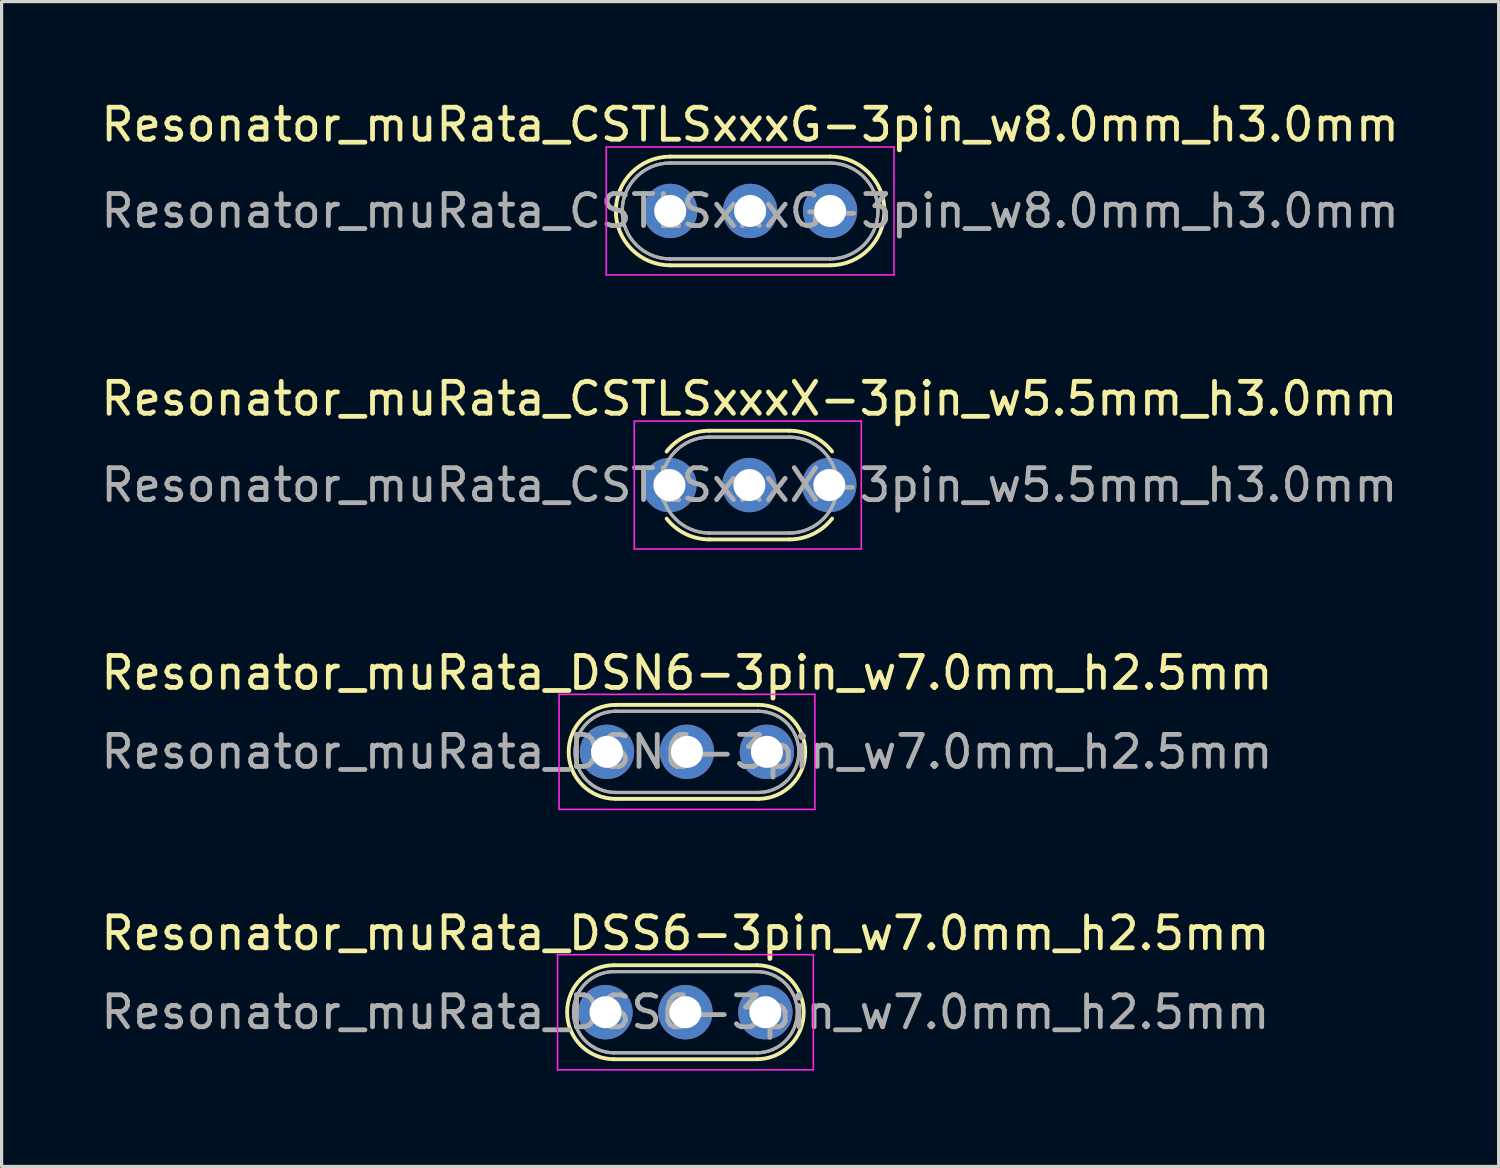
<source format=kicad_pcb>
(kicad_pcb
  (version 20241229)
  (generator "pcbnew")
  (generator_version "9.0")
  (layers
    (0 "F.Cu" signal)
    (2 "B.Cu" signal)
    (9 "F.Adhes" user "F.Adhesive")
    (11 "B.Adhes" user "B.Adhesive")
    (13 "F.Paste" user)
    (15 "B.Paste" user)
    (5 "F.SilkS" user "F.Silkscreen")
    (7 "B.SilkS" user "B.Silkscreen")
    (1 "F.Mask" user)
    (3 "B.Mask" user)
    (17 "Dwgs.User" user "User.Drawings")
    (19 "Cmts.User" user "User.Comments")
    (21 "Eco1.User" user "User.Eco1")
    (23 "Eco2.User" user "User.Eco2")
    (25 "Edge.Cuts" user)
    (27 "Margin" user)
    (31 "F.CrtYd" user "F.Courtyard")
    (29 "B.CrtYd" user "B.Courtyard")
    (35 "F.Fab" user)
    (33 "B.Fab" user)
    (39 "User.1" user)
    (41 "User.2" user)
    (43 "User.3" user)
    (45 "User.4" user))
  (footprint "Resonator_muRata_CSTLSxxxG-3pin_w8.0mm_h3.0mm"
    (layer "F.Cu")
    (at 17.911 3.548)
    (property "Reference" "Resonator_muRata_CSTLSxxxG-3pin_w8.0mm_h3.0mm" (at 2.5 -2.7 0) (layer "F.SilkS") (effects (font (size 1 1) (thickness 0.15))))
    (attr through_hole)
    (fp_line (start 0 -1.7) (end 5 -1.7) (stroke (width 0.12) (type solid)) (layer "F.SilkS"))
    (fp_line (start 0 1.7) (end 5 1.7) (stroke (width 0.12) (type solid)) (layer "F.SilkS"))
    (fp_arc (start 0 1.7) (mid -1.7 0) (end 0 -1.7) (stroke (width 0.12) (type solid)) (layer "F.SilkS"))
    (fp_arc (start 5 -1.7) (mid 6.7 0) (end 5 1.7) (stroke (width 0.12) (type solid)) (layer "F.SilkS"))
    (fp_line (start -2 -2) (end -2 2) (stroke (width 0.05) (type solid)) (layer "F.CrtYd"))
    (fp_line (start -2 2) (end 7 2) (stroke (width 0.05) (type solid)) (layer "F.CrtYd"))
    (fp_line (start 7 -2) (end -2 -2) (stroke (width 0.05) (type solid)) (layer "F.CrtYd"))
    (fp_line (start 7 2) (end 7 -2) (stroke (width 0.05) (type solid)) (layer "F.CrtYd"))
    (fp_line (start 0 -1.5) (end 5 -1.5) (stroke (width 0.1) (type solid)) (layer "F.Fab"))
    (fp_line (start 0 -1.5) (end 5 -1.5) (stroke (width 0.1) (type solid)) (layer "F.Fab"))
    (fp_line (start 0 1.5) (end 5 1.5) (stroke (width 0.1) (type solid)) (layer "F.Fab"))
    (fp_line (start 0 1.5) (end 5 1.5) (stroke (width 0.1) (type solid)) (layer "F.Fab"))
    (fp_arc (start 0 1.5) (mid -1.5 0) (end 0 -1.5) (stroke (width 0.1) (type solid)) (layer "F.Fab"))
    (fp_arc (start 0 1.5) (mid -1.5 0) (end 0 -1.5) (stroke (width 0.1) (type solid)) (layer "F.Fab"))
    (fp_arc (start 5 -1.5) (mid 6.5 0) (end 5 1.5) (stroke (width 0.1) (type solid)) (layer "F.Fab"))
    (fp_arc (start 5 -1.5) (mid 6.5 0) (end 5 1.5) (stroke (width 0.1) (type solid)) (layer "F.Fab"))
    (fp_text user "${REFERENCE}" (at 2.5 0 0) (layer "F.Fab") (effects (font (size 1 1) (thickness 0.15))))
    (pad "1" thru_hole circle (at 0 0) (size 1.7 1.7) (drill 1) (layers "*.Cu" "*.Mask"))
    (pad "2" thru_hole circle (at 2.5 0) (size 1.7 1.7) (drill 1) (layers "*.Cu" "*.Mask"))
    (pad "3" thru_hole circle (at 5 0) (size 1.7 1.7) (drill 1) (layers "*.Cu" "*.Mask")))
  (footprint "Resonator_muRata_DSS6-3pin_w7.0mm_h2.5mm"
    (layer "F.Cu")
    (at 15.887 28.608)
    (property "Reference" "Resonator_muRata_DSS6-3pin_w7.0mm_h2.5mm" (at 2.5 -2.47 0) (layer "F.SilkS") (effects (font (size 1 1) (thickness 0.15))))
    (attr through_hole)
    (fp_line (start 0.27 -1.47) (end 4.73 -1.47) (stroke (width 0.12) (type solid)) (layer "F.SilkS"))
    (fp_line (start 0.27 1.47) (end 4.73 1.47) (stroke (width 0.12) (type solid)) (layer "F.SilkS"))
    (fp_arc (start 0.27 1.47) (mid -1.2 0) (end 0.27 -1.47) (stroke (width 0.12) (type solid)) (layer "F.SilkS"))
    (fp_arc (start 4.73 -1.47) (mid 6.2 0) (end 4.73 1.47) (stroke (width 0.12) (type solid)) (layer "F.SilkS"))
    (fp_line (start -1.5 -1.8) (end -1.5 1.8) (stroke (width 0.05) (type solid)) (layer "F.CrtYd"))
    (fp_line (start -1.5 1.8) (end 6.5 1.8) (stroke (width 0.05) (type solid)) (layer "F.CrtYd"))
    (fp_line (start 6.5 -1.8) (end -1.5 -1.8) (stroke (width 0.05) (type solid)) (layer "F.CrtYd"))
    (fp_line (start 6.5 1.8) (end 6.5 -1.8) (stroke (width 0.05) (type solid)) (layer "F.CrtYd"))
    (fp_line (start 0.27 -1.27) (end 4.73 -1.27) (stroke (width 0.1) (type solid)) (layer "F.Fab"))
    (fp_line (start 0.27 -1.27) (end 4.73 -1.27) (stroke (width 0.1) (type solid)) (layer "F.Fab"))
    (fp_line (start 0.27 1.27) (end 4.73 1.27) (stroke (width 0.1) (type solid)) (layer "F.Fab"))
    (fp_line (start 0.27 1.27) (end 4.73 1.27) (stroke (width 0.1) (type solid)) (layer "F.Fab"))
    (fp_arc (start 0.27 1.27) (mid -1 0) (end 0.27 -1.27) (stroke (width 0.1) (type solid)) (layer "F.Fab"))
    (fp_arc (start 0.27 1.27) (mid -1 0) (end 0.27 -1.27) (stroke (width 0.1) (type solid)) (layer "F.Fab"))
    (fp_arc (start 4.73 -1.27) (mid 6 0) (end 4.73 1.27) (stroke (width 0.1) (type solid)) (layer "F.Fab"))
    (fp_arc (start 4.73 -1.27) (mid 6 0) (end 4.73 1.27) (stroke (width 0.1) (type solid)) (layer "F.Fab"))
    (fp_text user "${REFERENCE}" (at 2.5 0 0) (layer "F.Fab") (effects (font (size 1 1) (thickness 0.15))))
    (pad "1" thru_hole circle (at 0 0) (size 1.7 1.7) (drill 1) (layers "*.Cu" "*.Mask"))
    (pad "2" thru_hole circle (at 2.5 0) (size 1.7 1.7) (drill 1) (layers "*.Cu" "*.Mask"))
    (pad "3" thru_hole circle (at 5 0) (size 1.7 1.7) (drill 1) (layers "*.Cu" "*.Mask")))
  (footprint "Resonator_muRata_DSN6-3pin_w7.0mm_h2.5mm"
    (layer "F.Cu")
    (at 15.935 20.465)
    (property "Reference" "Resonator_muRata_DSN6-3pin_w7.0mm_h2.5mm" (at 2.5 -2.47 0) (layer "F.SilkS") (effects (font (size 1 1) (thickness 0.15))))
    (attr through_hole)
    (fp_line (start 0.27 -1.47) (end 4.73 -1.47) (stroke (width 0.12) (type solid)) (layer "F.SilkS"))
    (fp_line (start 0.27 1.47) (end 4.73 1.47) (stroke (width 0.12) (type solid)) (layer "F.SilkS"))
    (fp_arc (start 0.27 1.47) (mid -1.2 0) (end 0.27 -1.47) (stroke (width 0.12) (type solid)) (layer "F.SilkS"))
    (fp_arc (start 4.73 -1.47) (mid 6.2 0) (end 4.73 1.47) (stroke (width 0.12) (type solid)) (layer "F.SilkS"))
    (fp_line (start -1.5 -1.8) (end -1.5 1.8) (stroke (width 0.05) (type solid)) (layer "F.CrtYd"))
    (fp_line (start -1.5 1.8) (end 6.5 1.8) (stroke (width 0.05) (type solid)) (layer "F.CrtYd"))
    (fp_line (start 6.5 -1.8) (end -1.5 -1.8) (stroke (width 0.05) (type solid)) (layer "F.CrtYd"))
    (fp_line (start 6.5 1.8) (end 6.5 -1.8) (stroke (width 0.05) (type solid)) (layer "F.CrtYd"))
    (fp_line (start 0.27 -1.27) (end 4.73 -1.27) (stroke (width 0.1) (type solid)) (layer "F.Fab"))
    (fp_line (start 0.27 -1.27) (end 4.73 -1.27) (stroke (width 0.1) (type solid)) (layer "F.Fab"))
    (fp_line (start 0.27 1.27) (end 4.73 1.27) (stroke (width 0.1) (type solid)) (layer "F.Fab"))
    (fp_line (start 0.27 1.27) (end 4.73 1.27) (stroke (width 0.1) (type solid)) (layer "F.Fab"))
    (fp_arc (start 0.27 1.27) (mid -1 0) (end 0.27 -1.27) (stroke (width 0.1) (type solid)) (layer "F.Fab"))
    (fp_arc (start 0.27 1.27) (mid -1 0) (end 0.27 -1.27) (stroke (width 0.1) (type solid)) (layer "F.Fab"))
    (fp_arc (start 4.73 -1.27) (mid 6 0) (end 4.73 1.27) (stroke (width 0.1) (type solid)) (layer "F.Fab"))
    (fp_arc (start 4.73 -1.27) (mid 6 0) (end 4.73 1.27) (stroke (width 0.1) (type solid)) (layer "F.Fab"))
    (fp_text user "${REFERENCE}" (at 2.5 0 0) (layer "F.Fab") (effects (font (size 1 1) (thickness 0.15))))
    (pad "1" thru_hole circle (at 0 0) (size 1.7 1.7) (drill 1) (layers "*.Cu" "*.Mask"))
    (pad "2" thru_hole circle (at 2.5 0) (size 1.7 1.7) (drill 1) (layers "*.Cu" "*.Mask"))
    (pad "3" thru_hole circle (at 5 0) (size 1.7 1.7) (drill 1) (layers "*.Cu" "*.Mask")))
  (footprint "Resonator_muRata_CSTLSxxxX-3pin_w5.5mm_h3.0mm"
    (layer "F.Cu")
    (at 17.887 12.121)
    (property "Reference" "Resonator_muRata_CSTLSxxxX-3pin_w5.5mm_h3.0mm" (at 2.5 -2.7 0) (layer "F.SilkS") (effects (font (size 1 1) (thickness 0.15))))
    (attr through_hole)
    (fp_line (start 1.25 -1.7) (end 3.75 -1.7) (stroke (width 0.12) (type solid)) (layer "F.SilkS"))
    (fp_line (start 1.25 1.7) (end 3.75 1.7) (stroke (width 0.12) (type solid)) (layer "F.SilkS"))
    (fp_arc (start -0.08779 -1.048961) (mid 0.506102 -1.5286) (end 1.25 -1.7) (stroke (width 0.12) (type solid)) (layer "F.SilkS"))
    (fp_arc (start 1.25 1.7) (mid 0.506103 1.5286) (end -0.08779 1.048961) (stroke (width 0.12) (type solid)) (layer "F.SilkS"))
    (fp_arc (start 3.75 -1.7) (mid 4.493897 -1.5286) (end 5.08779 -1.048961) (stroke (width 0.12) (type solid)) (layer "F.SilkS"))
    (fp_arc (start 5.08779 1.048961) (mid 4.493898 1.5286) (end 3.75 1.7) (stroke (width 0.12) (type solid)) (layer "F.SilkS"))
    (fp_line (start -1.1 -2) (end -1.1 2) (stroke (width 0.05) (type solid)) (layer "F.CrtYd"))
    (fp_line (start -1.1 2) (end 6 2) (stroke (width 0.05) (type solid)) (layer "F.CrtYd"))
    (fp_line (start 6 -2) (end -1.1 -2) (stroke (width 0.05) (type solid)) (layer "F.CrtYd"))
    (fp_line (start 6 2) (end 6 -2) (stroke (width 0.05) (type solid)) (layer "F.CrtYd"))
    (fp_line (start 1.25 -1.5) (end 3.75 -1.5) (stroke (width 0.1) (type solid)) (layer "F.Fab"))
    (fp_line (start 1.25 -1.5) (end 3.75 -1.5) (stroke (width 0.1) (type solid)) (layer "F.Fab"))
    (fp_line (start 1.25 1.5) (end 3.75 1.5) (stroke (width 0.1) (type solid)) (layer "F.Fab"))
    (fp_line (start 1.25 1.5) (end 3.75 1.5) (stroke (width 0.1) (type solid)) (layer "F.Fab"))
    (fp_arc (start 1.25 1.5) (mid -0.25 0) (end 1.25 -1.5) (stroke (width 0.1) (type solid)) (layer "F.Fab"))
    (fp_arc (start 1.25 1.5) (mid -0.25 0) (end 1.25 -1.5) (stroke (width 0.1) (type solid)) (layer "F.Fab"))
    (fp_arc (start 3.75 -1.5) (mid 5.25 0) (end 3.75 1.5) (stroke (width 0.1) (type solid)) (layer "F.Fab"))
    (fp_arc (start 3.75 -1.5) (mid 5.25 0) (end 3.75 1.5) (stroke (width 0.1) (type solid)) (layer "F.Fab"))
    (fp_text user "${REFERENCE}" (at 2.5 0 0) (layer "F.Fab") (effects (font (size 1 1) (thickness 0.15))))
    (pad "1" thru_hole circle (at 0 0) (size 1.7 1.7) (drill 1) (layers "*.Cu" "*.Mask"))
    (pad "2" thru_hole circle (at 2.5 0) (size 1.7 1.7) (drill 1) (layers "*.Cu" "*.Mask"))
    (pad "3" thru_hole circle (at 5 0) (size 1.7 1.7) (drill 1) (layers "*.Cu" "*.Mask")))
  (gr_rect
    (start -3 -3)
    (end 43.821 33.433)
    (stroke (width 0.1) (type default))
    (fill no)
    (layer "Edge.Cuts")))
</source>
